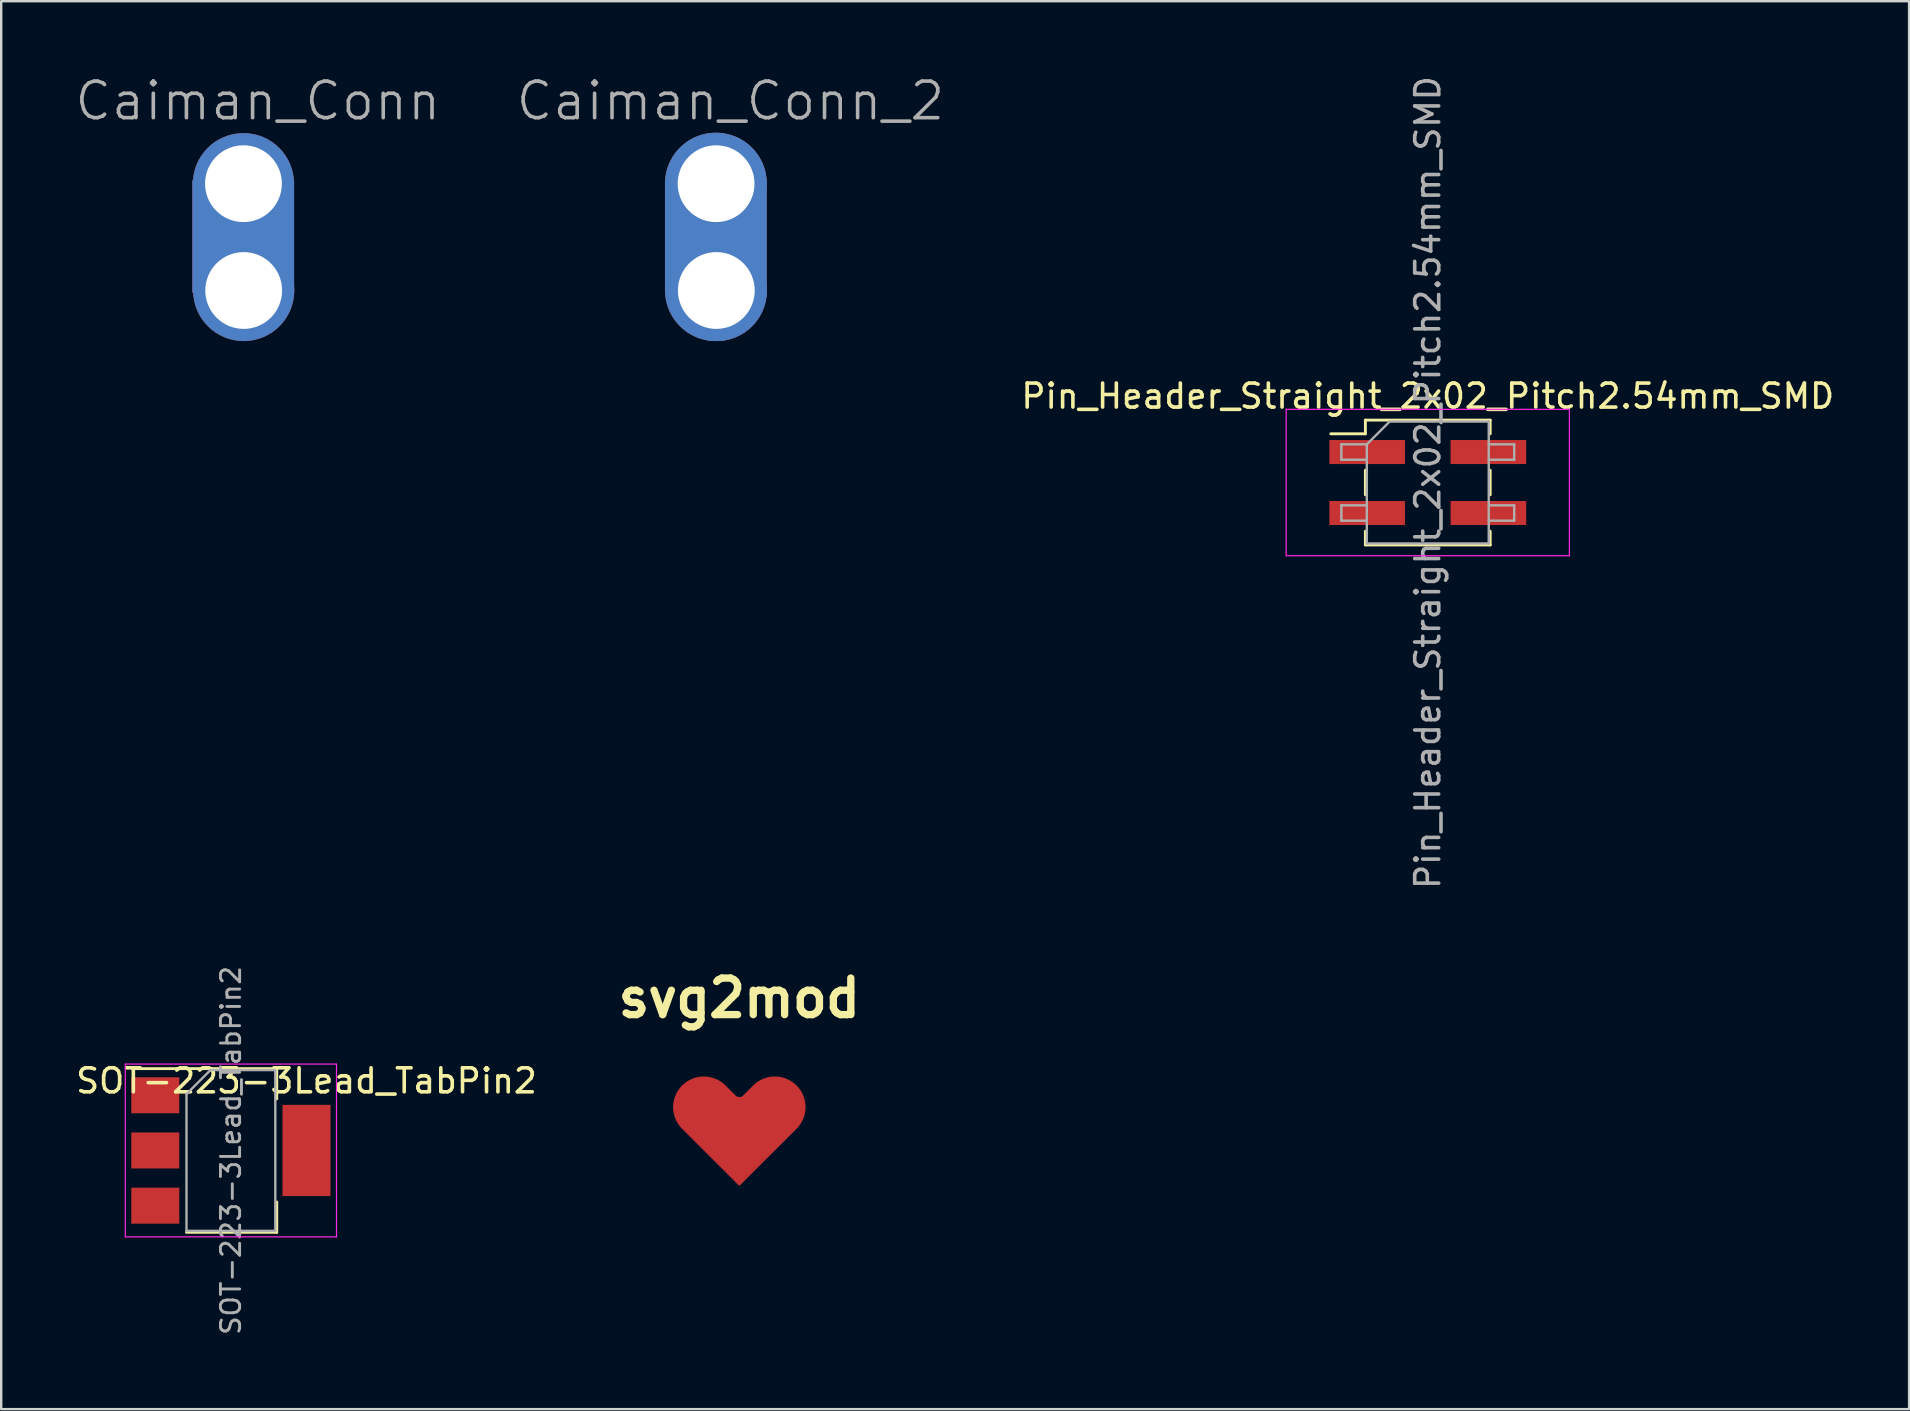
<source format=kicad_pcb>
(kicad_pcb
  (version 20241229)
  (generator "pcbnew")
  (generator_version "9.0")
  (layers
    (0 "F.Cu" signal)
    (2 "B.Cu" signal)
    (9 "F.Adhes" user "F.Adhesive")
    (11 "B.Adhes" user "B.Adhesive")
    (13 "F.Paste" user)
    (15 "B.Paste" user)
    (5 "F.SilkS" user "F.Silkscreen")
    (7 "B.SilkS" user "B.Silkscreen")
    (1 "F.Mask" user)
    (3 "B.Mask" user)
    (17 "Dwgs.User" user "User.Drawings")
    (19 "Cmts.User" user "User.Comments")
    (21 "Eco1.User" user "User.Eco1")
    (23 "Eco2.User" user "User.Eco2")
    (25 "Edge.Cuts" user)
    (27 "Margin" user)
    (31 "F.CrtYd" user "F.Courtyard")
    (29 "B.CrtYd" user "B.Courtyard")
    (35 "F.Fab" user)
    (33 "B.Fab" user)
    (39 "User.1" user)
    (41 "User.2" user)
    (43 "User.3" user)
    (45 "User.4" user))
  (footprint "svg2mod"
    (layer "F.Cu")
    (at 27.753 44.125)
    (property "Reference" "svg2mod" (at 0 -5.591 0) (layer "F.SilkS") (effects (font (size 1.524 1.524) (thickness 0.305))))
    (attr smd)
    (fp_poly (pts (xy -1.481 -2.324) (xy -1.603 -2.318) (xy -1.725 -2.301) (xy -1.845 -2.272) (xy -1.962 -2.231) (xy -2.075 -2.178) (xy -2.184 -2.114) (xy -2.287 -2.038) (xy -2.384 -1.951) (xy -2.472 -1.853) (xy -2.548 -1.75) (xy -2.612 -1.642) (xy -2.665 -1.529) (xy -2.706 -1.412) (xy -2.735 -1.293) (xy -2.753 -1.171) (xy -2.758 -1.049) (xy -2.753 -0.927) (xy -2.735 -0.805) (xy -2.706 -0.686) (xy -2.665 -0.569) (xy -2.613 -0.456) (xy -2.548 -0.348) (xy -2.472 -0.244) (xy -2.381 -0.143) (xy 0.000035 2.234) (xy 2.381 -0.143) (xy 2.473 -0.244) (xy 2.548 -0.348) (xy 2.612 -0.456) (xy 2.665 -0.569) (xy 2.706 -0.686) (xy 2.735 -0.805) (xy 2.753 -0.927) (xy 2.758 -1.049) (xy 2.753 -1.171) (xy 2.735 -1.293) (xy 2.706 -1.412) (xy 2.665 -1.529) (xy 2.612 -1.642) (xy 2.548 -1.75) (xy 2.472 -1.853) (xy 2.384 -1.951) (xy 2.287 -2.038) (xy 2.184 -2.114) (xy 2.075 -2.178) (xy 1.962 -2.231) (xy 1.845 -2.272) (xy 1.725 -2.301) (xy 1.604 -2.318) (xy 1.481 -2.324) (xy 1.358 -2.318) (xy 1.237 -2.301) (xy 1.117 -2.272) (xy 1 -2.231) (xy 0.887 -2.179) (xy 0.778 -2.115) (xy 0.675 -2.039) (xy 0.574 -1.947) (xy 0.156 -1.529) (xy 0.122 -1.501) (xy 0.084 -1.481) (xy 0.002 -1.465) (xy -0.08 -1.481) (xy -0.118 -1.5) (xy -0.152 -1.528) (xy -0.573 -1.947) (xy -0.675 -2.039) (xy -0.778 -2.115) (xy -0.887 -2.179) (xy -1 -2.231) (xy -1.117 -2.272) (xy -1.237 -2.301) (xy -1.358 -2.318) (xy -1.481 -2.324)) (stroke (width 0) (type solid)) (fill yes) (layer "F.Cu"))
    (fp_poly (pts (xy 0 2.543) (xy -2.539 0.007) (xy -2.642 -0.106) (xy -2.731 -0.227) (xy -2.806 -0.354) (xy -2.868 -0.487) (xy -2.915 -0.624) (xy -2.95 -0.764) (xy -2.97 -0.906) (xy -2.977 -1.049) (xy -2.97 -1.192) (xy -2.95 -1.334) (xy -2.915 -1.474) (xy -2.867 -1.611) (xy -2.806 -1.744) (xy -2.73 -1.871) (xy -2.641 -1.992) (xy -2.539 -2.105) (xy -2.425 -2.208) (xy -2.304 -2.297) (xy -2.177 -2.372) (xy -2.044 -2.433) (xy -1.907 -2.481) (xy -1.767 -2.516) (xy -1.624 -2.536) (xy -1.481 -2.543) (xy -1.338 -2.536) (xy -1.195 -2.516) (xy -1.055 -2.481) (xy -0.918 -2.434) (xy -0.785 -2.372) (xy -0.658 -2.297) (xy -0.537 -2.208) (xy -0.423 -2.106) (xy 0.002 -1.683) (xy 0.423 -2.106) (xy 0.537 -2.208) (xy 0.658 -2.297) (xy 0.785 -2.372) (xy 0.918 -2.434) (xy 1.055 -2.481) (xy 1.195 -2.516) (xy 1.338 -2.536) (xy 1.481 -2.543) (xy 1.624 -2.536) (xy 1.767 -2.516) (xy 1.907 -2.481) (xy 2.044 -2.433) (xy 2.177 -2.372) (xy 2.304 -2.297) (xy 2.425 -2.208) (xy 2.539 -2.105) (xy 2.641 -1.992) (xy 2.73 -1.871) (xy 2.806 -1.744) (xy 2.867 -1.611) (xy 2.915 -1.474) (xy 2.95 -1.334) (xy 2.97 -1.192) (xy 2.977 -1.049) (xy 2.97 -0.906) (xy 2.95 -0.764) (xy 2.915 -0.624) (xy 2.868 -0.487) (xy 2.806 -0.354) (xy 2.731 -0.227) (xy 2.642 -0.106) (xy 2.539 0.007) (xy 0 2.543)) (stroke (width 0.094) (type solid)) (fill yes) (layer "F.Mask")))
  (footprint "Caiman_Conn_2"
    (layer "F.Cu")
    (at 27.105 6.794)
    (property "Reference" "Caiman_Conn_2" (at 0.279 -5.639 180) (layer "F.Fab") (effects (font (size 1.524 1.524) (thickness 0.15))))
    (attr through_hole)
    (pad "" smd oval (at -0.33 0.025) (size 4.24 8.68) (layers "F.Cu" "F.Mask"))
    (pad "" smd oval (at -0.33 0.025) (size 4.24 8.68) (layers "B.Cu" "B.Mask"))
    (pad "1" thru_hole circle (at -0.32 -2.191) (size 4.216 4.216) (drill 3.2) (layers "*.Cu" "*.Mask"))
    (pad "1" thru_hole circle (at -0.31 2.259 180) (size 4.216 4.216) (drill 3.2) (layers "*.Cu" "*.Mask")))
  (footprint "Caiman_Conn"
    (layer "F.Cu")
    (at 7.413 6.794)
    (property "Reference" "Caiman_Conn" (at 0.279 -5.639 180) (layer "F.Fab") (effects (font (size 1.524 1.524) (thickness 0.15))))
    (attr through_hole)
    (pad "" smd rect (at -0.33 0) (size 4.24 4.68) (layers "B.Cu" "B.Mask"))
    (pad "" smd rect (at -0.33 0.025) (size 4.24 4.68) (layers "F.Cu" "F.Mask"))
    (pad "1" thru_hole circle (at -0.32 -2.191) (size 4.216 4.216) (drill 3.2) (layers "*.Cu" "*.Mask"))
    (pad "1" thru_hole circle (at -0.31 2.259 180) (size 4.216 4.216) (drill 3.2) (layers "*.Cu" "*.Mask")))
  (footprint "SOT-223-3Lead_TabPin2"
    (layer "F.Cu")
    (at 6.57 44.883)
    (property "Reference" "SOT-223-3Lead_TabPin2" (at 3.15 -2.9 0) (layer "F.SilkS") (effects (font (size 1 1) (thickness 0.15))))
    (attr smd)
    (fp_line (start -4.1 -3.41) (end 1.91 -3.41) (stroke (width 0.12) (type solid)) (layer "F.SilkS"))
    (fp_line (start -1.85 3.41) (end 1.91 3.41) (stroke (width 0.12) (type solid)) (layer "F.SilkS"))
    (fp_line (start 1.91 -3.41) (end 1.91 -2.15) (stroke (width 0.12) (type solid)) (layer "F.SilkS"))
    (fp_line (start 1.91 3.41) (end 1.91 2.15) (stroke (width 0.12) (type solid)) (layer "F.SilkS"))
    (fp_line (start -4.4 -3.6) (end -4.4 3.6) (stroke (width 0.05) (type solid)) (layer "F.CrtYd"))
    (fp_line (start -4.4 3.6) (end 4.4 3.6) (stroke (width 0.05) (type solid)) (layer "F.CrtYd"))
    (fp_line (start 4.4 -3.6) (end -4.4 -3.6) (stroke (width 0.05) (type solid)) (layer "F.CrtYd"))
    (fp_line (start 4.4 3.6) (end 4.4 -3.6) (stroke (width 0.05) (type solid)) (layer "F.CrtYd"))
    (fp_line (start -1.85 -2.35) (end -1.85 3.35) (stroke (width 0.1) (type solid)) (layer "F.Fab"))
    (fp_line (start -1.85 -2.35) (end -0.85 -3.35) (stroke (width 0.1) (type solid)) (layer "F.Fab"))
    (fp_line (start -1.85 3.35) (end 1.85 3.35) (stroke (width 0.1) (type solid)) (layer "F.Fab"))
    (fp_line (start -0.85 -3.35) (end 1.85 -3.35) (stroke (width 0.1) (type solid)) (layer "F.Fab"))
    (fp_line (start 1.85 -3.35) (end 1.85 3.35) (stroke (width 0.1) (type solid)) (layer "F.Fab"))
    (fp_text user "${REFERENCE}" (at 0 0 90) (layer "F.Fab") (effects (font (size 0.8 0.8) (thickness 0.12))))
    (pad "1" smd rect (at -3.15 -2.3) (size 2 1.5) (layers "F.Cu" "F.Mask" "F.Paste"))
    (pad "2" smd rect (at -3.15 0) (size 2 1.5) (layers "F.Cu" "F.Mask" "F.Paste"))
    (pad "2" smd rect (at 3.15 0) (size 2 3.8) (layers "F.Cu" "F.Mask" "F.Paste"))
    (pad "3" smd rect (at -3.15 2.3) (size 2 1.5) (layers "F.Cu" "F.Mask" "F.Paste")))
  (footprint "Pin_Header_Straight_2x02_Pitch2.54mm_SMD"
    (layer "F.Cu")
    (at 56.437 17.054)
    (property "Reference" "Pin_Header_Straight_2x02_Pitch2.54mm_SMD" (at 0 -3.6 0) (layer "F.SilkS") (effects (font (size 1 1) (thickness 0.15))))
    (attr smd)
    (fp_line (start -4.04 -2.03) (end -2.6 -2.03) (stroke (width 0.12) (type solid)) (layer "F.SilkS"))
    (fp_line (start -2.6 -2.6) (end -2.6 -2.03) (stroke (width 0.12) (type solid)) (layer "F.SilkS"))
    (fp_line (start -2.6 -2.6) (end 2.6 -2.6) (stroke (width 0.12) (type solid)) (layer "F.SilkS"))
    (fp_line (start -2.6 -0.51) (end -2.6 0.51) (stroke (width 0.12) (type solid)) (layer "F.SilkS"))
    (fp_line (start -2.6 2.03) (end -2.6 2.6) (stroke (width 0.12) (type solid)) (layer "F.SilkS"))
    (fp_line (start -2.6 2.6) (end 2.6 2.6) (stroke (width 0.12) (type solid)) (layer "F.SilkS"))
    (fp_line (start 2.6 -2.6) (end 2.6 -2.03) (stroke (width 0.12) (type solid)) (layer "F.SilkS"))
    (fp_line (start 2.6 -0.51) (end 2.6 0.51) (stroke (width 0.12) (type solid)) (layer "F.SilkS"))
    (fp_line (start 2.6 2.03) (end 2.6 2.6) (stroke (width 0.12) (type solid)) (layer "F.SilkS"))
    (fp_line (start -5.9 -3.05) (end -5.9 3.05) (stroke (width 0.05) (type solid)) (layer "F.CrtYd"))
    (fp_line (start -5.9 3.05) (end 5.9 3.05) (stroke (width 0.05) (type solid)) (layer "F.CrtYd"))
    (fp_line (start 5.9 -3.05) (end -5.9 -3.05) (stroke (width 0.05) (type solid)) (layer "F.CrtYd"))
    (fp_line (start 5.9 3.05) (end 5.9 -3.05) (stroke (width 0.05) (type solid)) (layer "F.CrtYd"))
    (fp_line (start -3.6 -1.59) (end -3.6 -0.95) (stroke (width 0.1) (type solid)) (layer "F.Fab"))
    (fp_line (start -3.6 -0.95) (end -2.54 -0.95) (stroke (width 0.1) (type solid)) (layer "F.Fab"))
    (fp_line (start -3.6 0.95) (end -3.6 1.59) (stroke (width 0.1) (type solid)) (layer "F.Fab"))
    (fp_line (start -3.6 1.59) (end -2.54 1.59) (stroke (width 0.1) (type solid)) (layer "F.Fab"))
    (fp_line (start -2.54 -1.59) (end -3.6 -1.59) (stroke (width 0.1) (type solid)) (layer "F.Fab"))
    (fp_line (start -2.54 -1.59) (end -1.59 -2.54) (stroke (width 0.1) (type solid)) (layer "F.Fab"))
    (fp_line (start -2.54 0.95) (end -3.6 0.95) (stroke (width 0.1) (type solid)) (layer "F.Fab"))
    (fp_line (start -2.54 2.54) (end -2.54 -1.59) (stroke (width 0.1) (type solid)) (layer "F.Fab"))
    (fp_line (start -1.59 -2.54) (end 2.54 -2.54) (stroke (width 0.1) (type solid)) (layer "F.Fab"))
    (fp_line (start 2.54 -2.54) (end 2.54 2.54) (stroke (width 0.1) (type solid)) (layer "F.Fab"))
    (fp_line (start 2.54 -1.59) (end 3.6 -1.59) (stroke (width 0.1) (type solid)) (layer "F.Fab"))
    (fp_line (start 2.54 0.95) (end 3.6 0.95) (stroke (width 0.1) (type solid)) (layer "F.Fab"))
    (fp_line (start 2.54 2.54) (end -2.54 2.54) (stroke (width 0.1) (type solid)) (layer "F.Fab"))
    (fp_line (start 3.6 -1.59) (end 3.6 -0.95) (stroke (width 0.1) (type solid)) (layer "F.Fab"))
    (fp_line (start 3.6 -0.95) (end 2.54 -0.95) (stroke (width 0.1) (type solid)) (layer "F.Fab"))
    (fp_line (start 3.6 0.95) (end 3.6 1.59) (stroke (width 0.1) (type solid)) (layer "F.Fab"))
    (fp_line (start 3.6 1.59) (end 2.54 1.59) (stroke (width 0.1) (type solid)) (layer "F.Fab"))
    (fp_text user "${REFERENCE}" (at 0 0 90) (layer "F.Fab") (effects (font (size 1 1) (thickness 0.15))))
    (pad "1" smd rect (at -2.525 -1.27) (size 3.15 1) (layers "F.Cu" "F.Mask" "F.Paste"))
    (pad "2" smd rect (at 2.525 -1.27) (size 3.15 1) (layers "F.Cu" "F.Mask" "F.Paste"))
    (pad "3" smd rect (at -2.525 1.27) (size 3.15 1) (layers "F.Cu" "F.Mask" "F.Paste"))
    (pad "4" smd rect (at 2.525 1.27) (size 3.15 1) (layers "F.Cu" "F.Mask" "F.Paste")))
  (gr_rect
    (start -3 -3)
    (end 76.49 55.66)
    (stroke (width 0.1) (type default))
    (fill no)
    (layer "Edge.Cuts")))
</source>
